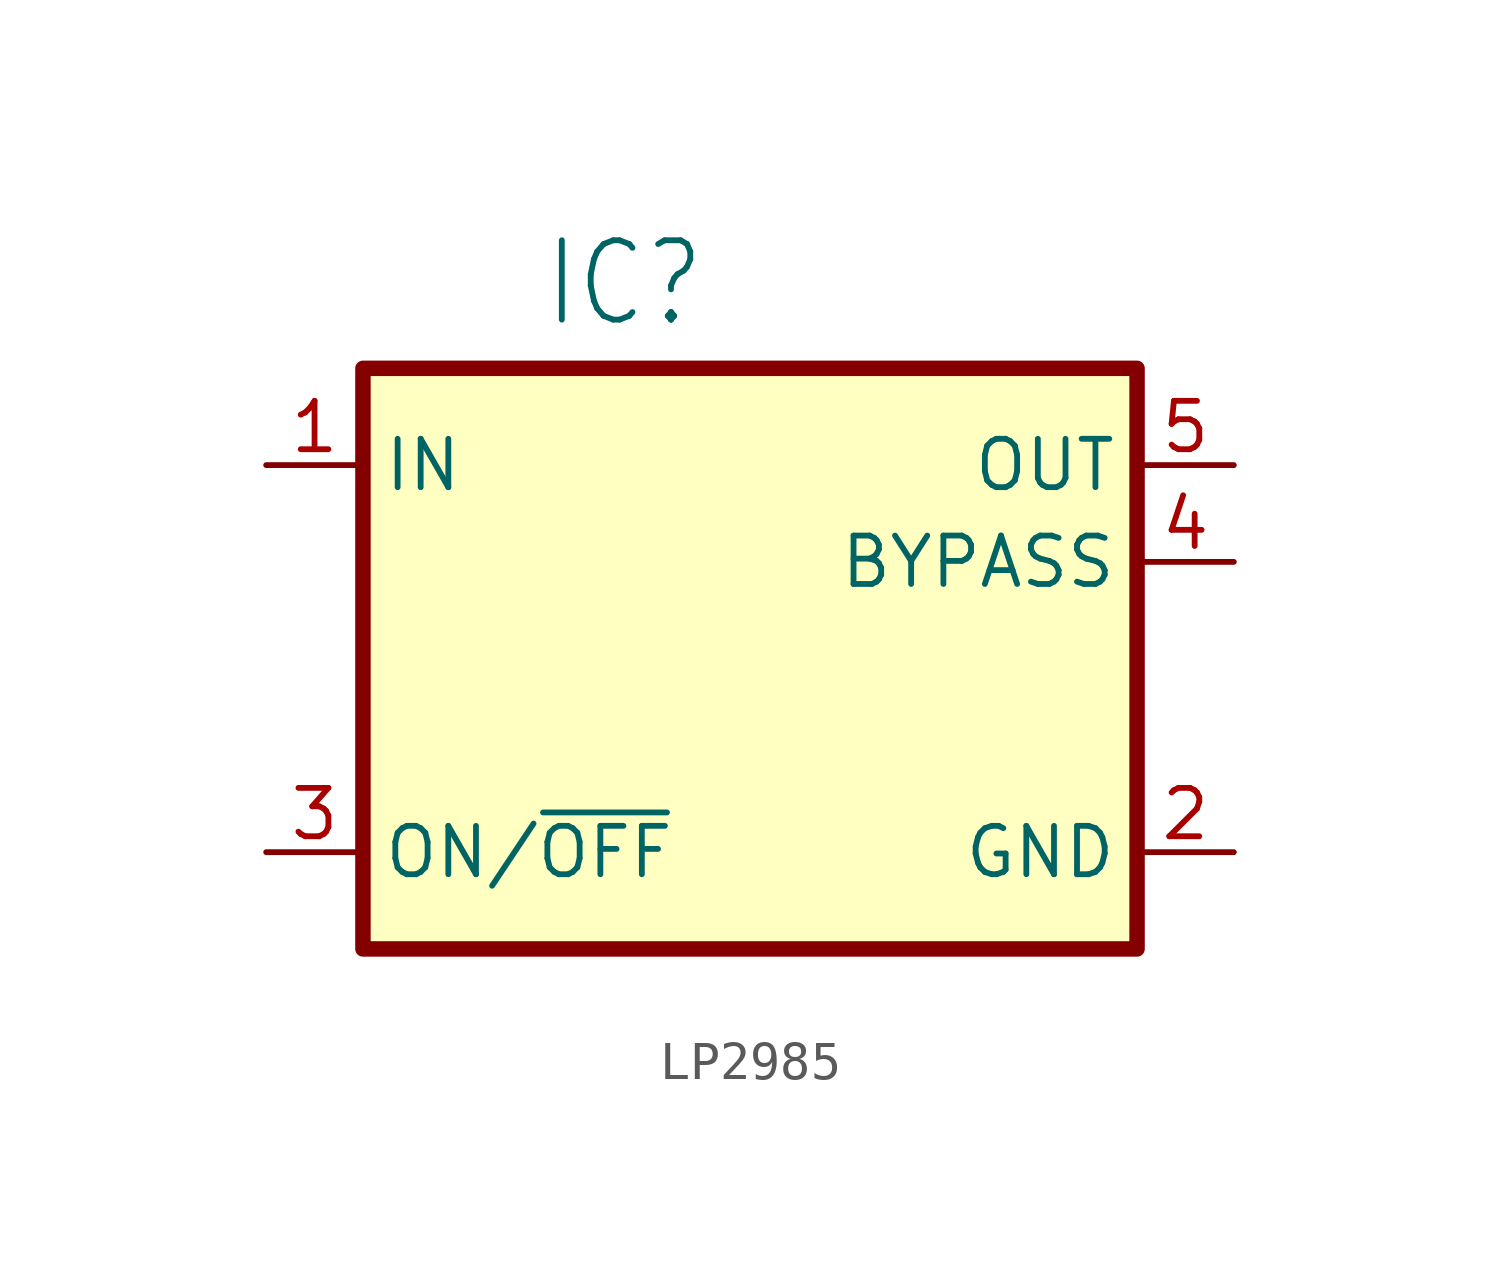
<source format=kicad_sym>
(kicad_symbol_lib
  (version 20220914)
  (generator kicad_symbol_editor)
  (symbol "LP2985"
    (property "Reference" "IC"
      (at -5.461 8.636 0)
      (effects (font (size 2.083 1.77)) (justify left bottom)))
    (symbol "LP2985_1_0"
      (rectangle (start -10.16 7.62) (end 10.16 -7.62) (stroke (width 0.406) (type default)) (fill (type background)))
      (pin input line (at -12.7 5.08 0) (length 2.54) (name "IN" (effects (font (size 1.27 1.27)))) (number "1" (effects (font (size 1.27 1.27)))))
      (pin passive line (at 12.7 -5.08 180) (length 2.54) (name "GND" (effects (font (size 1.27 1.27)))) (number "2" (effects (font (size 1.27 1.27)))))
      (pin input line (at -12.7 -5.08 0) (length 2.54) (name "ON/~{OFF}" (effects (font (size 1.27 1.27)))) (number "3" (effects (font (size 1.27 1.27)))))
      (pin passive line (at 12.7 2.54 180) (length 2.54) (name "BYPASS" (effects (font (size 1.27 1.27)))) (number "4" (effects (font (size 1.27 1.27)))))
      (pin passive line (at 12.7 5.08 180) (length 2.54) (name "OUT" (effects (font (size 1.27 1.27)))) (number "5" (effects (font (size 1.27 1.27))))))))
</source>
